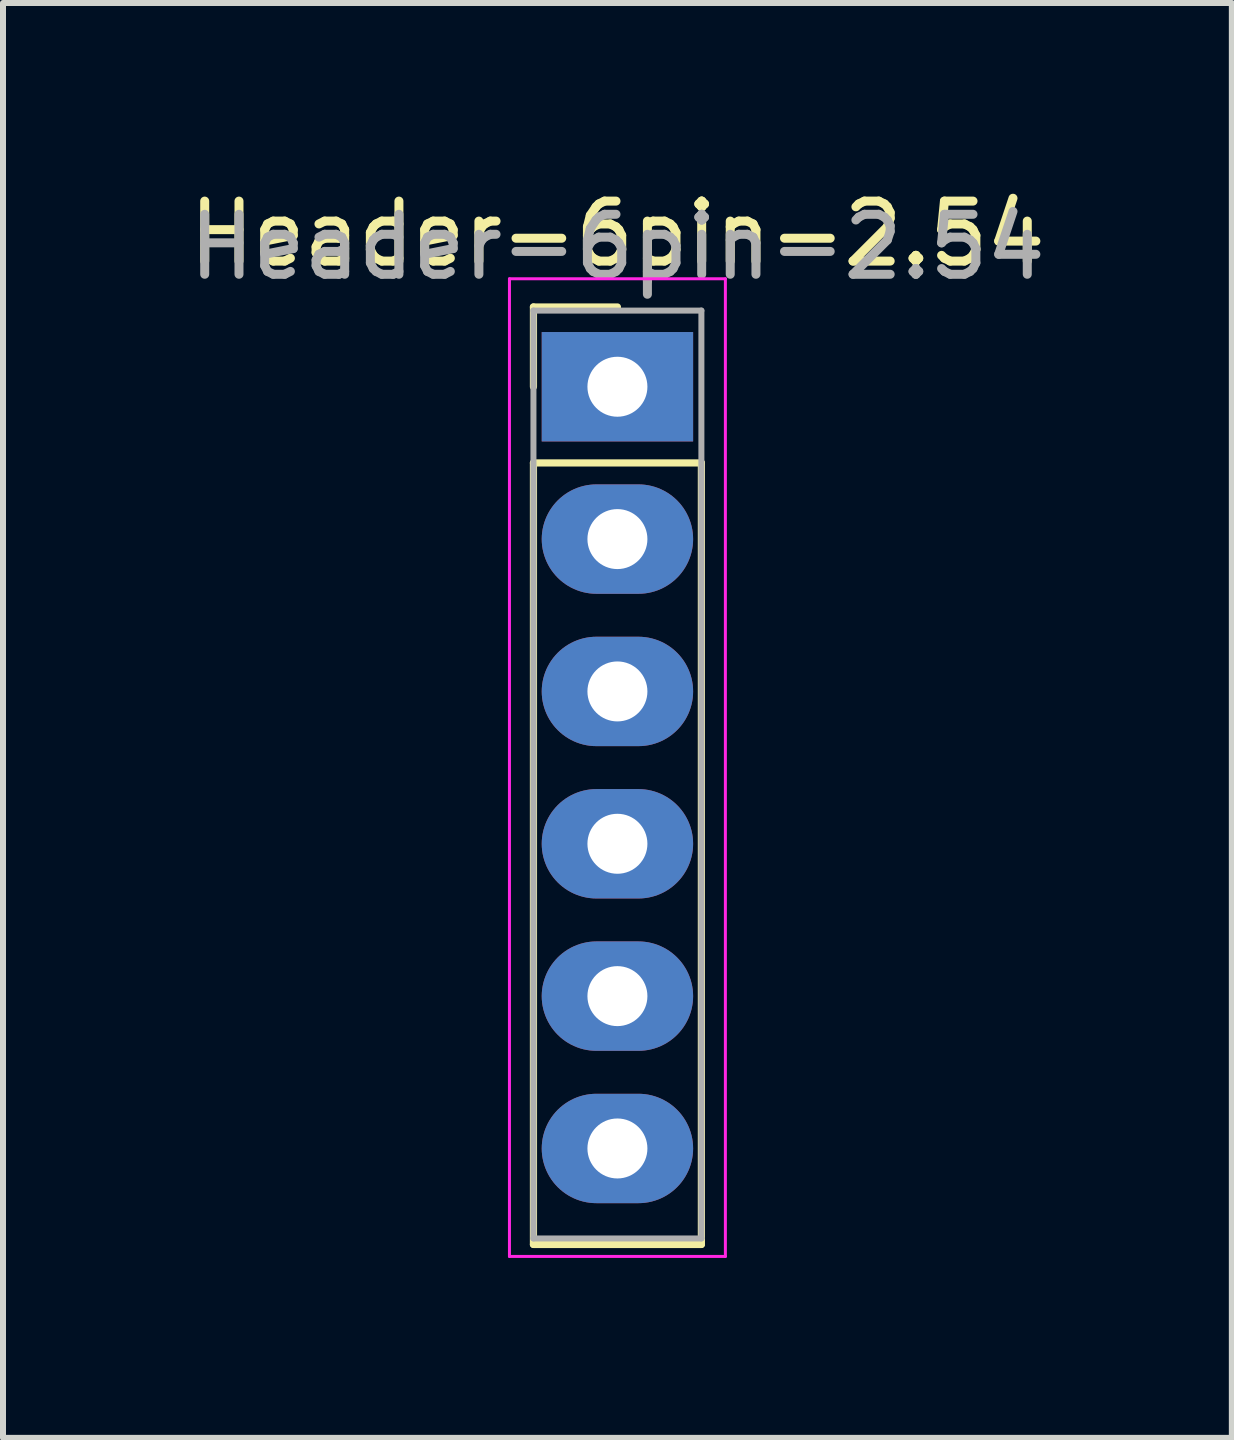
<source format=kicad_pcb>
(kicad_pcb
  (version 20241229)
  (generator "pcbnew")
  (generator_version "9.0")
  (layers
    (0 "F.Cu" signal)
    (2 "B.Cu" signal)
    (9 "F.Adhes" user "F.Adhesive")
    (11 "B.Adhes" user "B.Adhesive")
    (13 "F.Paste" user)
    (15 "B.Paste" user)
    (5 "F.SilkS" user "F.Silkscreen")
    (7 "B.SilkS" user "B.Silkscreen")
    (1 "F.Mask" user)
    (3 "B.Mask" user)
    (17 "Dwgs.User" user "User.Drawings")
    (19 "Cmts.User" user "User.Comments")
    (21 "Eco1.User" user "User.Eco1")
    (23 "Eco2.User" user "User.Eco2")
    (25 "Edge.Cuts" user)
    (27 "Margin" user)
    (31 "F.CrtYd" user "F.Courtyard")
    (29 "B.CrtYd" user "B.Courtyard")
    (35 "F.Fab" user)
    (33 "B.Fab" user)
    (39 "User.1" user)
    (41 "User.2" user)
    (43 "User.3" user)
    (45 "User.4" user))
  (footprint "Header-6pin-2.54"
    (layer "F.Cu")
    (at 7.244 3.398)
    (property "Reference" "Header-6pin-2.54" (at 0 -2.55 0) (layer "F.SilkS") (effects (font (size 1 1) (thickness 0.15))))
    (attr through_hole)
    (fp_line (start -1.4 -1.33) (end 0 -1.33) (stroke (width 0.12) (type solid)) (layer "F.SilkS"))
    (fp_line (start -1.4 0) (end -1.4 -1.33) (stroke (width 0.12) (type solid)) (layer "F.SilkS"))
    (fp_line (start -1.4 1.27) (end -1.4 14.3) (stroke (width 0.12) (type solid)) (layer "F.SilkS"))
    (fp_line (start -1.4 14.3) (end 1.4 14.3) (stroke (width 0.12) (type solid)) (layer "F.SilkS"))
    (fp_line (start 1.4 1.27) (end -1.4 1.27) (stroke (width 0.12) (type solid)) (layer "F.SilkS"))
    (fp_line (start 1.4 14.3) (end 1.4 1.27) (stroke (width 0.12) (type solid)) (layer "F.SilkS"))
    (fp_line (start -1.8 -1.8) (end -1.8 14.5) (stroke (width 0.05) (type solid)) (layer "F.CrtYd"))
    (fp_line (start -1.8 14.5) (end 1.8 14.5) (stroke (width 0.05) (type solid)) (layer "F.CrtYd"))
    (fp_line (start 1.8 -1.8) (end -1.8 -1.8) (stroke (width 0.05) (type solid)) (layer "F.CrtYd"))
    (fp_line (start 1.8 14.5) (end 1.8 -1.8) (stroke (width 0.05) (type solid)) (layer "F.CrtYd"))
    (fp_line (start -1.4 -1.27) (end -1.4 14.2) (stroke (width 0.1) (type solid)) (layer "F.Fab"))
    (fp_line (start -1.4 14.2) (end 1.4 14.2) (stroke (width 0.1) (type solid)) (layer "F.Fab"))
    (fp_line (start 1.4 -1.27) (end -1.4 -1.27) (stroke (width 0.1) (type solid)) (layer "F.Fab"))
    (fp_line (start 1.4 14.2) (end 1.4 -1.27) (stroke (width 0.1) (type solid)) (layer "F.Fab"))
    (fp_text user "${REFERENCE}" (at 0 -2.33 0) (layer "F.Fab") (effects (font (size 1 1) (thickness 0.15))))
    (pad "1" thru_hole rect (at 0 0) (size 2.524 1.824) (drill 1) (layers "*.Cu" "*.Mask"))
    (pad "2" thru_hole oval (at 0 2.54) (size 2.524 1.824) (drill 1) (layers "*.Cu" "*.Mask"))
    (pad "3" thru_hole oval (at 0 5.08) (size 2.524 1.824) (drill 1) (layers "*.Cu" "*.Mask"))
    (pad "4" thru_hole oval (at 0 7.62) (size 2.524 1.824) (drill 1) (layers "*.Cu" "*.Mask"))
    (pad "5" thru_hole oval (at 0 10.16) (size 2.524 1.824) (drill 1) (layers "*.Cu" "*.Mask"))
    (pad "6" thru_hole oval (at 0 12.7) (size 2.524 1.824) (drill 1) (layers "*.Cu" "*.Mask")))
  (gr_rect
    (start -3 -3)
    (end 17.488 20.923)
    (stroke (width 0.1) (type default))
    (fill no)
    (layer "Edge.Cuts")))
</source>
